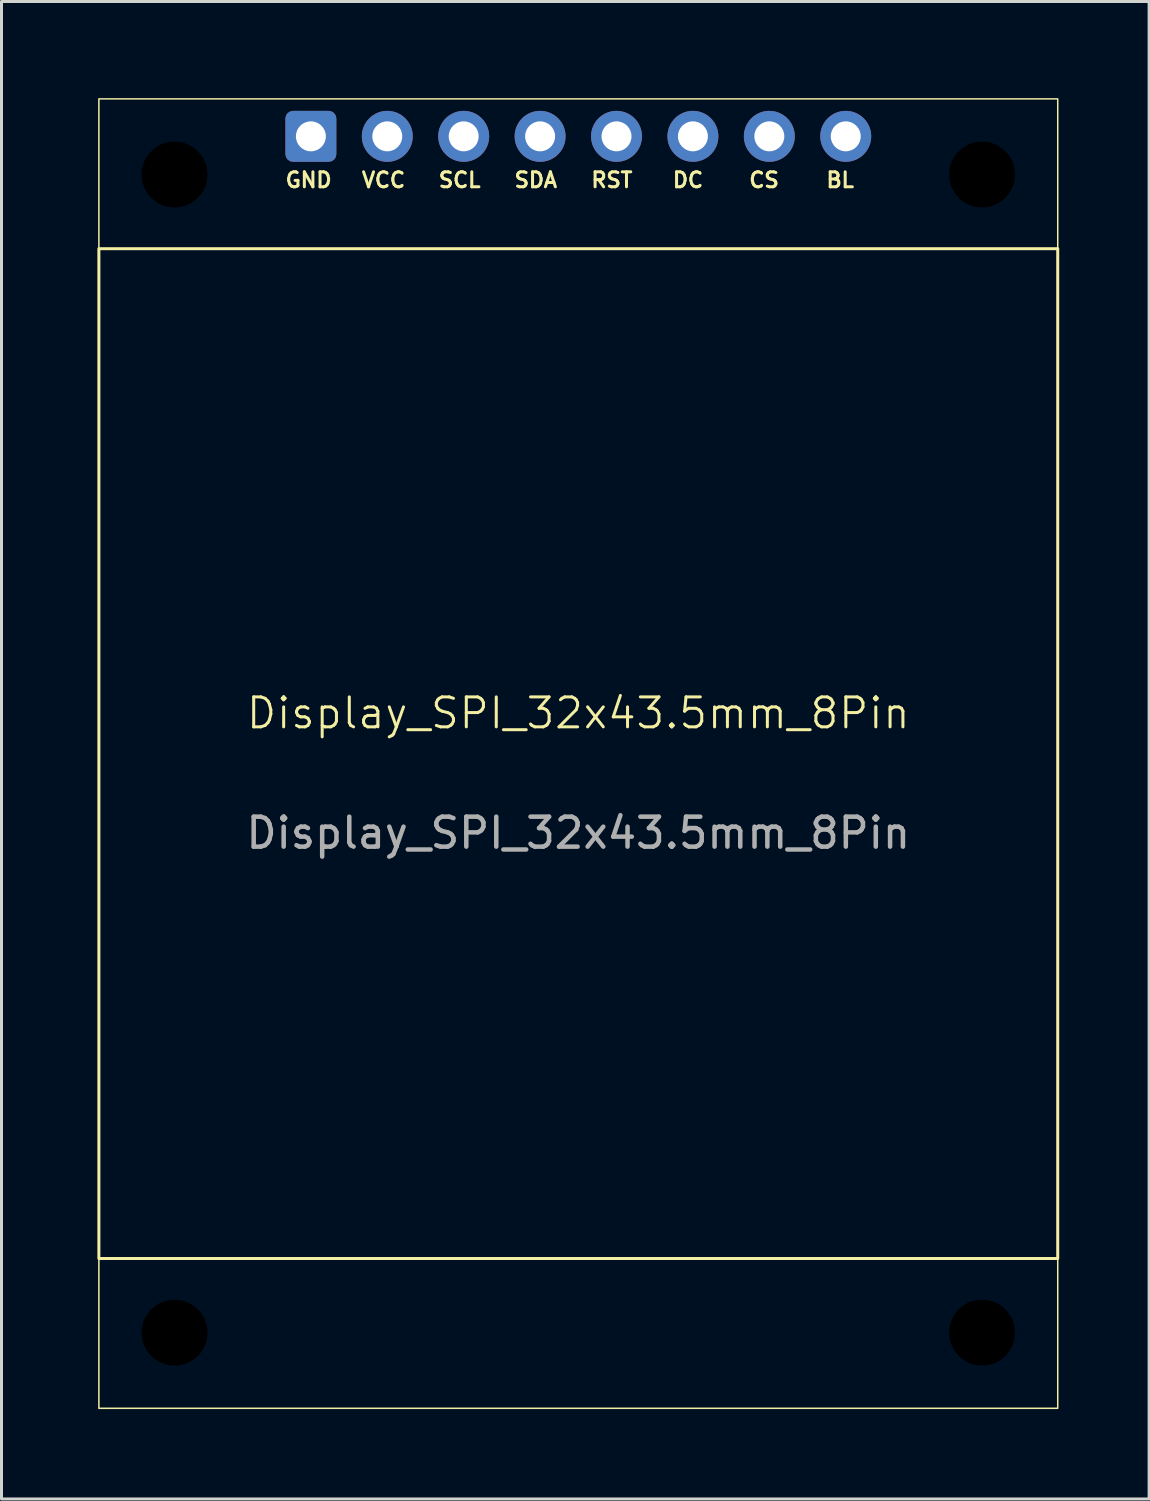
<source format=kicad_pcb>
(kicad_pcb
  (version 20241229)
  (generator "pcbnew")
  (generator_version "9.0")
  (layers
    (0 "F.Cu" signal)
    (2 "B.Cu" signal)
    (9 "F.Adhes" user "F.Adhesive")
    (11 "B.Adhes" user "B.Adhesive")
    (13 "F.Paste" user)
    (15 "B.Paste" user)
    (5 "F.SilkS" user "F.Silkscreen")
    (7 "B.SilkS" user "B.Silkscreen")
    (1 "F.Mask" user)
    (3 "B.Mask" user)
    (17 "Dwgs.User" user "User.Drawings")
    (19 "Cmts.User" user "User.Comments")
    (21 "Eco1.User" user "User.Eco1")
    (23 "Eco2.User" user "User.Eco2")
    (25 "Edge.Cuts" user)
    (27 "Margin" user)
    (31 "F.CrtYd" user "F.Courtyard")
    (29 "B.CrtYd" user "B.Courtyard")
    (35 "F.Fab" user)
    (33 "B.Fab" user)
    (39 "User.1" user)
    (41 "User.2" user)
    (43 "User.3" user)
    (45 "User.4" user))
  (footprint "Display_SPI_32x43.5mm_8Pin"
    (layer "F.Cu")
    (at 0.25 0.25)
    (property "Reference" "Display_SPI_32x43.5mm_8Pin" (at 16 20.5 0) (unlocked yes) (layer "F.SilkS") (effects (font (size 1 1) (thickness 0.1))))
    (attr smd)
    (fp_rect (start 0 0) (end 32 43.7) (stroke (width 0.05) (type solid)) (fill no) (layer "F.SilkS"))
    (fp_rect (start 0 5) (end 32 38.7) (stroke (width 0.1) (type solid)) (fill no) (layer "F.SilkS"))
    (fp_text user "DC" (at 19.66 3 0) (unlocked yes) (layer "F.SilkS") (effects (font (size 0.5 0.5) (thickness 0.1)) (justify bottom)))
    (fp_text user "SCL" (at 12.04 3 0) (unlocked yes) (layer "F.SilkS") (effects (font (size 0.5 0.5) (thickness 0.1)) (justify bottom)))
    (fp_text user "CS" (at 22.2 3 0) (unlocked yes) (layer "F.SilkS") (effects (font (size 0.5 0.5) (thickness 0.1)) (justify bottom)))
    (fp_text user "GND" (at 7 3 0) (unlocked yes) (layer "F.SilkS") (effects (font (size 0.5 0.5) (thickness 0.1)) (justify bottom)))
    (fp_text user "BL" (at 24.74 3 0) (unlocked yes) (layer "F.SilkS") (effects (font (size 0.5 0.5) (thickness 0.1)) (justify bottom)))
    (fp_text user "RST" (at 17.12 3 0) (unlocked yes) (layer "F.SilkS") (effects (font (size 0.5 0.5) (thickness 0.1)) (justify bottom)))
    (fp_text user "SDA" (at 14.58 3 0) (unlocked yes) (layer "F.SilkS") (effects (font (size 0.5 0.5) (thickness 0.1)) (justify bottom)))
    (fp_text user "VCC" (at 9.5 3 0) (unlocked yes) (layer "F.SilkS") (effects (font (size 0.5 0.5) (thickness 0.1)) (justify bottom)))
    (fp_text user "${REFERENCE}" (at 16 24.5 0) (unlocked yes) (layer "F.Fab") (effects (font (size 1 1) (thickness 0.15))))
    (pad "" np_thru_hole circle (at 2.525 2.525) (size 3.54 3.54) (drill 2.2) (layers "*.Mask"))
    (pad "" np_thru_hole circle (at 2.525 41.175) (size 3.54 3.54) (drill 2.2) (layers "*.Mask"))
    (pad "" np_thru_hole circle (at 29.475 2.525) (size 3.54 3.54) (drill 2.2) (layers "*.Mask"))
    (pad "" np_thru_hole circle (at 29.475 41.175) (size 3.54 3.54) (drill 2.2) (layers "*.Mask"))
    (pad "1" thru_hole roundrect (at 7.075 1.25) (size 1.7 1.7) (drill 1) (layers "*.Cu" "*.Mask") (roundrect_rratio 0.15))
    (pad "2" thru_hole circle (at 9.625 1.25) (size 1.7 1.7) (drill 1) (layers "*.Cu" "*.Mask"))
    (pad "3" thru_hole circle (at 12.175 1.25) (size 1.7 1.7) (drill 1) (layers "*.Cu" "*.Mask"))
    (pad "4" thru_hole circle (at 14.725 1.25) (size 1.7 1.7) (drill 1) (layers "*.Cu" "*.Mask"))
    (pad "5" thru_hole circle (at 17.275 1.25) (size 1.7 1.7) (drill 1) (layers "*.Cu" "*.Mask"))
    (pad "6" thru_hole circle (at 19.825 1.25) (size 1.7 1.7) (drill 1) (layers "*.Cu" "*.Mask"))
    (pad "7" thru_hole circle (at 22.375 1.25) (size 1.7 1.7) (drill 1) (layers "*.Cu" "*.Mask"))
    (pad "8" thru_hole circle (at 24.925 1.25) (size 1.7 1.7) (drill 1) (layers "*.Cu" "*.Mask")))
  (gr_rect
    (start -3 -3)
    (end 35.3 46.975)
    (stroke (width 0.1) (type default))
    (fill no)
    (layer "Edge.Cuts")))
</source>
